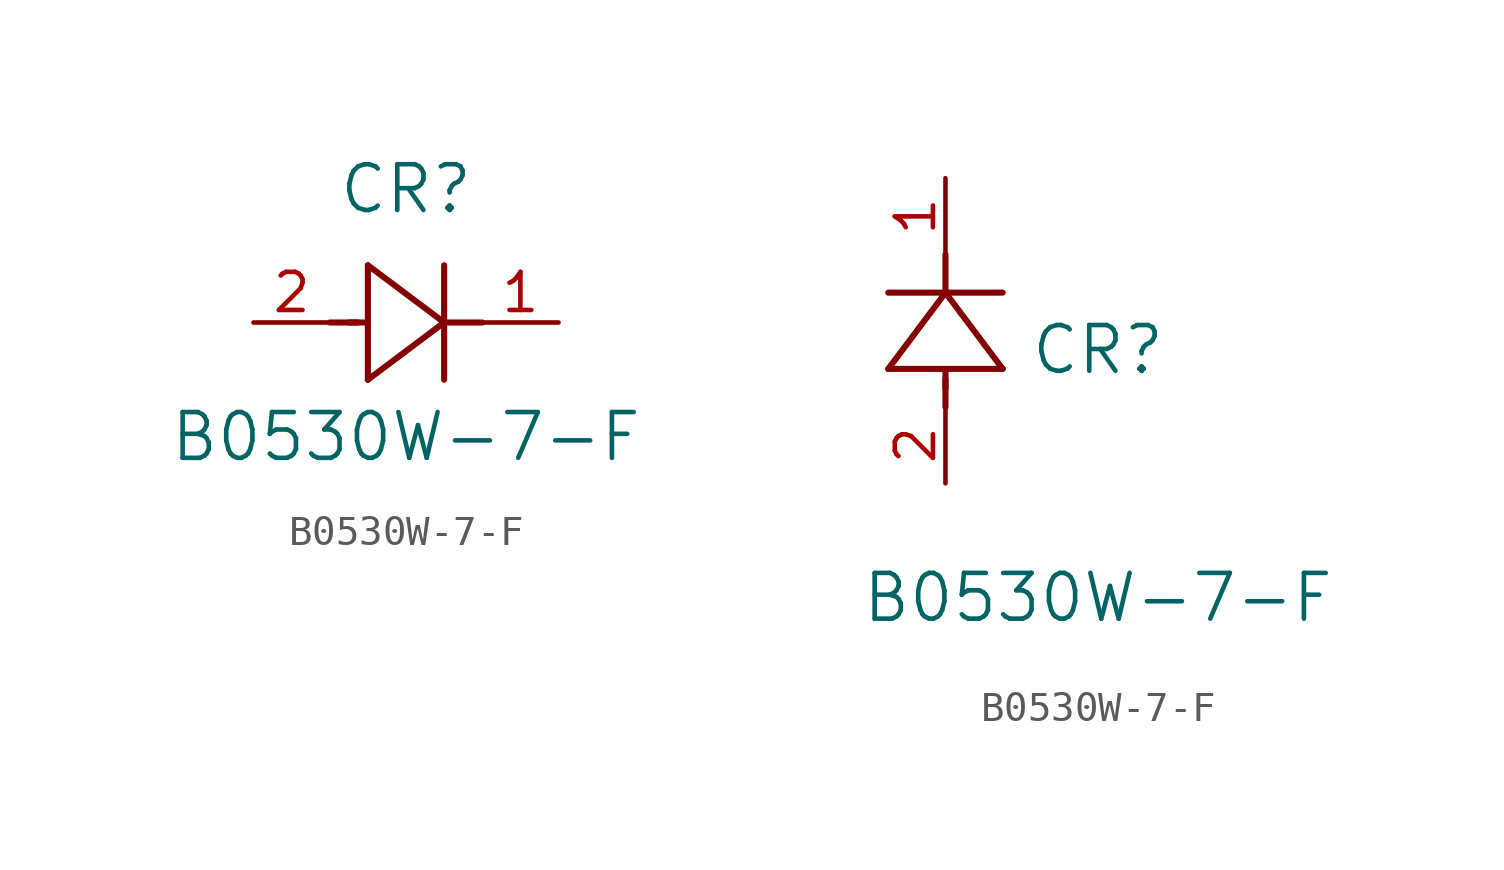
<source format=kicad_sym>
(kicad_symbol_lib
  (version 20211014)
  (generator kicad_symbol_editor)
  (symbol "B0530W-7-F"
    (pin_names
      (offset 0.254))
    (property "Reference" "CR"
      (at 5.08 4.445 0)
      (effects (font (size 1.524 1.524))))
    (property "Value" "B0530W-7-F"
      (at 5.08 -3.81 0)
      (effects (font (size 1.524 1.524))))
    (symbol "B0530W-7-F_1_1"
      (polyline (pts (xy 2.54 0) (xy 3.48 0)) (stroke (width 0.203) (type default) (color 0 0 0 0)) (fill (type none)))
      (polyline (pts (xy 3.81 1.905) (xy 3.81 -1.905)) (stroke (width 0.203) (type default) (color 0 0 0 0)) (fill (type none)))
      (polyline (pts (xy 3.175 0) (xy 3.81 0)) (stroke (width 0.203) (type default) (color 0 0 0 0)) (fill (type none)))
      (polyline (pts (xy 6.35 -1.905) (xy 6.35 1.905)) (stroke (width 0.203) (type default) (color 0 0 0 0)) (fill (type none)))
      (polyline (pts (xy 6.35 0) (xy 7.62 0)) (stroke (width 0.203) (type default) (color 0 0 0 0)) (fill (type none)))
      (polyline (pts (xy 6.35 0) (xy 3.81 1.905)) (stroke (width 0.203) (type default) (color 0 0 0 0)) (fill (type none)))
      (polyline (pts (xy 3.81 -1.905) (xy 6.35 0)) (stroke (width 0.203) (type default) (color 0 0 0 0)) (fill (type none)))
      (pin unspecified line (at 0 0 0) (length 2.54) (name "" (effects (font (size 1.27 1.27)))) (number "2" (effects (font (size 1.27 1.27)))))
      (pin unspecified line (at 10.16 0 180) (length 2.54) (name "" (effects (font (size 1.27 1.27)))) (number "1" (effects (font (size 1.27 1.27))))))
    (symbol "B0530W-7-F_1_2"
      (polyline (pts (xy 0 2.54) (xy 0 3.48)) (stroke (width 0.203) (type default) (color 0 0 0 0)) (fill (type none)))
      (polyline (pts (xy -1.905 3.81) (xy 1.905 3.81)) (stroke (width 0.203) (type default) (color 0 0 0 0)) (fill (type none)))
      (polyline (pts (xy 0 3.175) (xy 0 3.81)) (stroke (width 0.203) (type default) (color 0 0 0 0)) (fill (type none)))
      (polyline (pts (xy 1.905 6.35) (xy -1.905 6.35)) (stroke (width 0.203) (type default) (color 0 0 0 0)) (fill (type none)))
      (polyline (pts (xy 0 6.35) (xy 0 7.62)) (stroke (width 0.203) (type default) (color 0 0 0 0)) (fill (type none)))
      (polyline (pts (xy 0 6.35) (xy -1.905 3.81)) (stroke (width 0.203) (type default) (color 0 0 0 0)) (fill (type none)))
      (polyline (pts (xy 1.905 3.81) (xy 0 6.35)) (stroke (width 0.203) (type default) (color 0 0 0 0)) (fill (type none)))
      (pin unspecified line (at 0 0 90) (length 2.54) (name "" (effects (font (size 1.27 1.27)))) (number "2" (effects (font (size 1.27 1.27)))))
      (pin unspecified line (at 0 10.16 270) (length 2.54) (name "" (effects (font (size 1.27 1.27)))) (number "1" (effects (font (size 1.27 1.27))))))))
</source>
